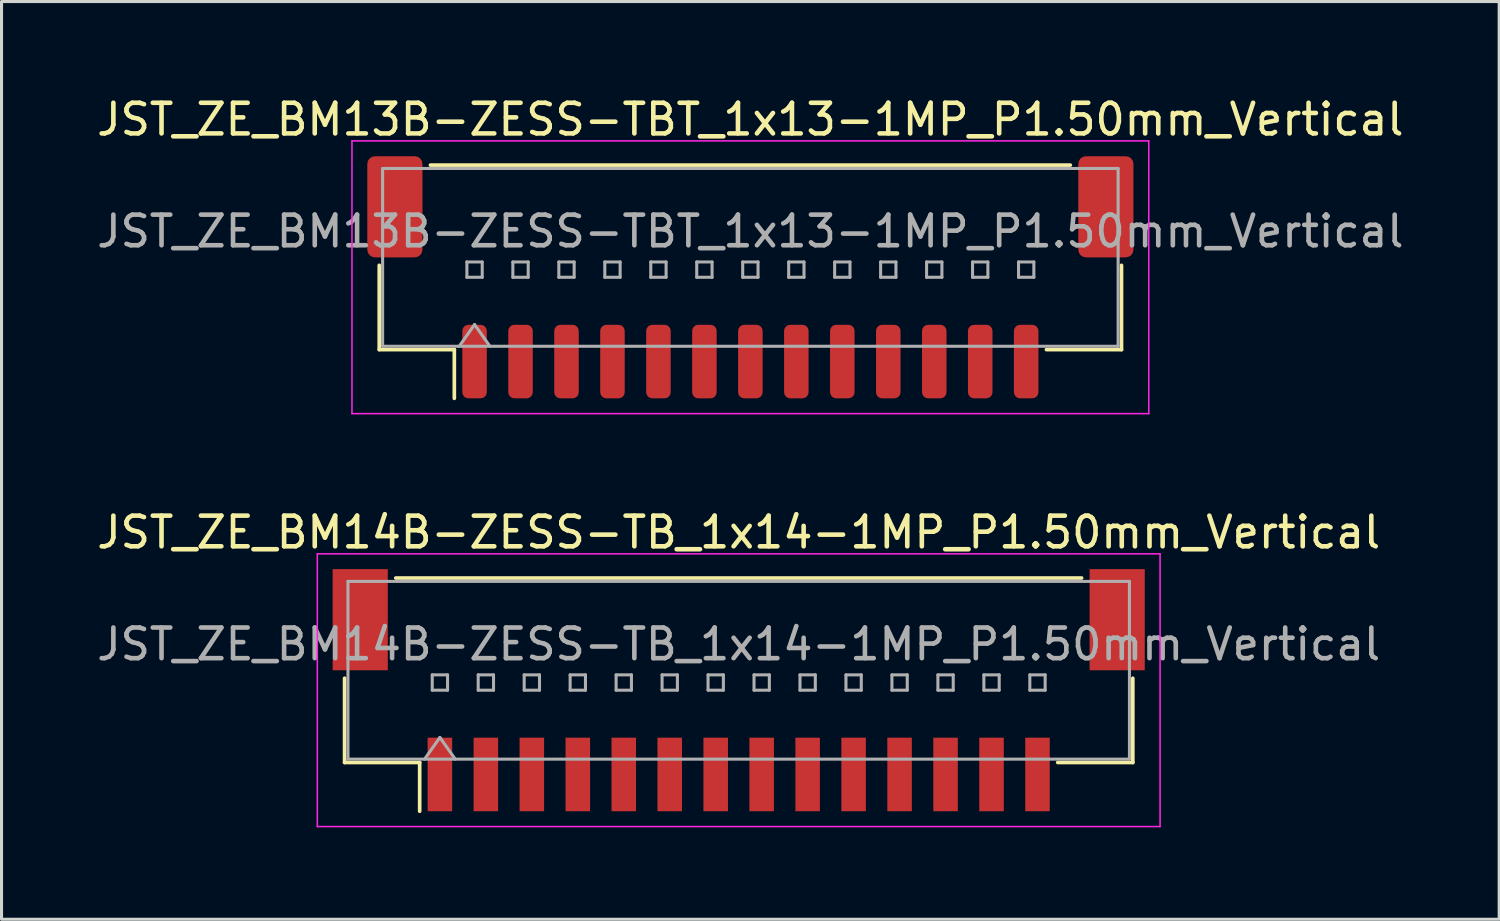
<source format=kicad_pcb>
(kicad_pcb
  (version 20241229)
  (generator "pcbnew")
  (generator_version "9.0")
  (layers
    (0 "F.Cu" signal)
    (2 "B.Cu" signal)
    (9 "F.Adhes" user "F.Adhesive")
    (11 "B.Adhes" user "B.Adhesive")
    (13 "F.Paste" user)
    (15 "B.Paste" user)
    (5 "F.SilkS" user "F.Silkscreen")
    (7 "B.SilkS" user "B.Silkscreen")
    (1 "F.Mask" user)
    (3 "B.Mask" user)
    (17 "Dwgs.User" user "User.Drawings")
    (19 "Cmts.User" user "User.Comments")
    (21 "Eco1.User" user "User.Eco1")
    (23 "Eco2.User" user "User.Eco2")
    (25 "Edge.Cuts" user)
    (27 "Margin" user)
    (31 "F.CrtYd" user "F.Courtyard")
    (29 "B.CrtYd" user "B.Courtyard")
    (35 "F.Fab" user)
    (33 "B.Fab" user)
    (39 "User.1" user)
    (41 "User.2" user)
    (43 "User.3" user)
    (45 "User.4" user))
  (footprint "JST_ZE_BM14B-ZESS-TB_1x14-1MP_P1.50mm_Vertical"
    (layer "F.Cu")
    (at 21.054 19.471)
    (property "Reference" "JST_ZE_BM14B-ZESS-TB_1x14-1MP_P1.50mm_Vertical" (at 0 -5.15 0) (layer "F.SilkS") (effects (font (size 1 1) (thickness 0.15))))
    (attr smd)
    (fp_line (start -12.86 -0.39) (end -12.86 2.36) (stroke (width 0.12) (type solid)) (layer "F.SilkS"))
    (fp_line (start -12.86 2.36) (end -10.41 2.36) (stroke (width 0.12) (type solid)) (layer "F.SilkS"))
    (fp_line (start -11.19 -3.66) (end 11.19 -3.66) (stroke (width 0.12) (type solid)) (layer "F.SilkS"))
    (fp_line (start -10.41 2.36) (end -10.41 3.95) (stroke (width 0.12) (type solid)) (layer "F.SilkS"))
    (fp_line (start 12.86 -0.39) (end 12.86 2.36) (stroke (width 0.12) (type solid)) (layer "F.SilkS"))
    (fp_line (start 12.86 2.36) (end 10.41 2.36) (stroke (width 0.12) (type solid)) (layer "F.SilkS"))
    (fp_line (start -13.75 -4.45) (end -13.75 4.45) (stroke (width 0.05) (type solid)) (layer "F.CrtYd"))
    (fp_line (start -13.75 4.45) (end 13.75 4.45) (stroke (width 0.05) (type solid)) (layer "F.CrtYd"))
    (fp_line (start 13.75 -4.45) (end -13.75 -4.45) (stroke (width 0.05) (type solid)) (layer "F.CrtYd"))
    (fp_line (start 13.75 4.45) (end 13.75 -4.45) (stroke (width 0.05) (type solid)) (layer "F.CrtYd"))
    (fp_line (start -12.75 -3.55) (end 12.75 -3.55) (stroke (width 0.1) (type solid)) (layer "F.Fab"))
    (fp_line (start -12.75 2.25) (end -12.75 -3.55) (stroke (width 0.1) (type solid)) (layer "F.Fab"))
    (fp_line (start -12.75 2.25) (end 12.75 2.25) (stroke (width 0.1) (type solid)) (layer "F.Fab"))
    (fp_line (start -10.25 2.25) (end -9.75 1.543) (stroke (width 0.1) (type solid)) (layer "F.Fab"))
    (fp_line (start -10 -0.5) (end -10 0) (stroke (width 0.1) (type solid)) (layer "F.Fab"))
    (fp_line (start -10 0) (end -9.5 0) (stroke (width 0.1) (type solid)) (layer "F.Fab"))
    (fp_line (start -9.75 1.543) (end -9.25 2.25) (stroke (width 0.1) (type solid)) (layer "F.Fab"))
    (fp_line (start -9.5 -0.5) (end -10 -0.5) (stroke (width 0.1) (type solid)) (layer "F.Fab"))
    (fp_line (start -9.5 0) (end -9.5 -0.5) (stroke (width 0.1) (type solid)) (layer "F.Fab"))
    (fp_line (start -8.5 -0.5) (end -8.5 0) (stroke (width 0.1) (type solid)) (layer "F.Fab"))
    (fp_line (start -8.5 0) (end -8 0) (stroke (width 0.1) (type solid)) (layer "F.Fab"))
    (fp_line (start -8 -0.5) (end -8.5 -0.5) (stroke (width 0.1) (type solid)) (layer "F.Fab"))
    (fp_line (start -8 0) (end -8 -0.5) (stroke (width 0.1) (type solid)) (layer "F.Fab"))
    (fp_line (start -7 -0.5) (end -7 0) (stroke (width 0.1) (type solid)) (layer "F.Fab"))
    (fp_line (start -7 0) (end -6.5 0) (stroke (width 0.1) (type solid)) (layer "F.Fab"))
    (fp_line (start -6.5 -0.5) (end -7 -0.5) (stroke (width 0.1) (type solid)) (layer "F.Fab"))
    (fp_line (start -6.5 0) (end -6.5 -0.5) (stroke (width 0.1) (type solid)) (layer "F.Fab"))
    (fp_line (start -5.5 -0.5) (end -5.5 0) (stroke (width 0.1) (type solid)) (layer "F.Fab"))
    (fp_line (start -5.5 0) (end -5 0) (stroke (width 0.1) (type solid)) (layer "F.Fab"))
    (fp_line (start -5 -0.5) (end -5.5 -0.5) (stroke (width 0.1) (type solid)) (layer "F.Fab"))
    (fp_line (start -5 0) (end -5 -0.5) (stroke (width 0.1) (type solid)) (layer "F.Fab"))
    (fp_line (start -4 -0.5) (end -4 0) (stroke (width 0.1) (type solid)) (layer "F.Fab"))
    (fp_line (start -4 0) (end -3.5 0) (stroke (width 0.1) (type solid)) (layer "F.Fab"))
    (fp_line (start -3.5 -0.5) (end -4 -0.5) (stroke (width 0.1) (type solid)) (layer "F.Fab"))
    (fp_line (start -3.5 0) (end -3.5 -0.5) (stroke (width 0.1) (type solid)) (layer "F.Fab"))
    (fp_line (start -2.5 -0.5) (end -2.5 0) (stroke (width 0.1) (type solid)) (layer "F.Fab"))
    (fp_line (start -2.5 0) (end -2 0) (stroke (width 0.1) (type solid)) (layer "F.Fab"))
    (fp_line (start -2 -0.5) (end -2.5 -0.5) (stroke (width 0.1) (type solid)) (layer "F.Fab"))
    (fp_line (start -2 0) (end -2 -0.5) (stroke (width 0.1) (type solid)) (layer "F.Fab"))
    (fp_line (start -1 -0.5) (end -1 0) (stroke (width 0.1) (type solid)) (layer "F.Fab"))
    (fp_line (start -1 0) (end -0.5 0) (stroke (width 0.1) (type solid)) (layer "F.Fab"))
    (fp_line (start -0.5 -0.5) (end -1 -0.5) (stroke (width 0.1) (type solid)) (layer "F.Fab"))
    (fp_line (start -0.5 0) (end -0.5 -0.5) (stroke (width 0.1) (type solid)) (layer "F.Fab"))
    (fp_line (start 0.5 -0.5) (end 0.5 0) (stroke (width 0.1) (type solid)) (layer "F.Fab"))
    (fp_line (start 0.5 0) (end 1 0) (stroke (width 0.1) (type solid)) (layer "F.Fab"))
    (fp_line (start 1 -0.5) (end 0.5 -0.5) (stroke (width 0.1) (type solid)) (layer "F.Fab"))
    (fp_line (start 1 0) (end 1 -0.5) (stroke (width 0.1) (type solid)) (layer "F.Fab"))
    (fp_line (start 2 -0.5) (end 2 0) (stroke (width 0.1) (type solid)) (layer "F.Fab"))
    (fp_line (start 2 0) (end 2.5 0) (stroke (width 0.1) (type solid)) (layer "F.Fab"))
    (fp_line (start 2.5 -0.5) (end 2 -0.5) (stroke (width 0.1) (type solid)) (layer "F.Fab"))
    (fp_line (start 2.5 0) (end 2.5 -0.5) (stroke (width 0.1) (type solid)) (layer "F.Fab"))
    (fp_line (start 3.5 -0.5) (end 3.5 0) (stroke (width 0.1) (type solid)) (layer "F.Fab"))
    (fp_line (start 3.5 0) (end 4 0) (stroke (width 0.1) (type solid)) (layer "F.Fab"))
    (fp_line (start 4 -0.5) (end 3.5 -0.5) (stroke (width 0.1) (type solid)) (layer "F.Fab"))
    (fp_line (start 4 0) (end 4 -0.5) (stroke (width 0.1) (type solid)) (layer "F.Fab"))
    (fp_line (start 5 -0.5) (end 5 0) (stroke (width 0.1) (type solid)) (layer "F.Fab"))
    (fp_line (start 5 0) (end 5.5 0) (stroke (width 0.1) (type solid)) (layer "F.Fab"))
    (fp_line (start 5.5 -0.5) (end 5 -0.5) (stroke (width 0.1) (type solid)) (layer "F.Fab"))
    (fp_line (start 5.5 0) (end 5.5 -0.5) (stroke (width 0.1) (type solid)) (layer "F.Fab"))
    (fp_line (start 6.5 -0.5) (end 6.5 0) (stroke (width 0.1) (type solid)) (layer "F.Fab"))
    (fp_line (start 6.5 0) (end 7 0) (stroke (width 0.1) (type solid)) (layer "F.Fab"))
    (fp_line (start 7 -0.5) (end 6.5 -0.5) (stroke (width 0.1) (type solid)) (layer "F.Fab"))
    (fp_line (start 7 0) (end 7 -0.5) (stroke (width 0.1) (type solid)) (layer "F.Fab"))
    (fp_line (start 8 -0.5) (end 8 0) (stroke (width 0.1) (type solid)) (layer "F.Fab"))
    (fp_line (start 8 0) (end 8.5 0) (stroke (width 0.1) (type solid)) (layer "F.Fab"))
    (fp_line (start 8.5 -0.5) (end 8 -0.5) (stroke (width 0.1) (type solid)) (layer "F.Fab"))
    (fp_line (start 8.5 0) (end 8.5 -0.5) (stroke (width 0.1) (type solid)) (layer "F.Fab"))
    (fp_line (start 9.5 -0.5) (end 9.5 0) (stroke (width 0.1) (type solid)) (layer "F.Fab"))
    (fp_line (start 9.5 0) (end 10 0) (stroke (width 0.1) (type solid)) (layer "F.Fab"))
    (fp_line (start 10 -0.5) (end 9.5 -0.5) (stroke (width 0.1) (type solid)) (layer "F.Fab"))
    (fp_line (start 10 0) (end 10 -0.5) (stroke (width 0.1) (type solid)) (layer "F.Fab"))
    (fp_line (start 12.75 2.25) (end 12.75 -3.55) (stroke (width 0.1) (type solid)) (layer "F.Fab"))
    (fp_text user "${REFERENCE}" (at 0 -1.5 0) (layer "F.Fab") (effects (font (size 1 1) (thickness 0.15))))
    (pad "1" smd rect (at -9.75 2.75) (size 0.8 2.4) (layers "F.Cu" "F.Mask" "F.Paste"))
    (pad "2" smd rect (at -8.25 2.75) (size 0.8 2.4) (layers "F.Cu" "F.Mask" "F.Paste"))
    (pad "3" smd rect (at -6.75 2.75) (size 0.8 2.4) (layers "F.Cu" "F.Mask" "F.Paste"))
    (pad "4" smd rect (at -5.25 2.75) (size 0.8 2.4) (layers "F.Cu" "F.Mask" "F.Paste"))
    (pad "5" smd rect (at -3.75 2.75) (size 0.8 2.4) (layers "F.Cu" "F.Mask" "F.Paste"))
    (pad "6" smd rect (at -2.25 2.75) (size 0.8 2.4) (layers "F.Cu" "F.Mask" "F.Paste"))
    (pad "7" smd rect (at -0.75 2.75) (size 0.8 2.4) (layers "F.Cu" "F.Mask" "F.Paste"))
    (pad "8" smd rect (at 0.75 2.75) (size 0.8 2.4) (layers "F.Cu" "F.Mask" "F.Paste"))
    (pad "9" smd rect (at 2.25 2.75) (size 0.8 2.4) (layers "F.Cu" "F.Mask" "F.Paste"))
    (pad "10" smd rect (at 3.75 2.75) (size 0.8 2.4) (layers "F.Cu" "F.Mask" "F.Paste"))
    (pad "11" smd rect (at 5.25 2.75) (size 0.8 2.4) (layers "F.Cu" "F.Mask" "F.Paste"))
    (pad "12" smd rect (at 6.75 2.75) (size 0.8 2.4) (layers "F.Cu" "F.Mask" "F.Paste"))
    (pad "13" smd rect (at 8.25 2.75) (size 0.8 2.4) (layers "F.Cu" "F.Mask" "F.Paste"))
    (pad "14" smd rect (at 9.75 2.75) (size 0.8 2.4) (layers "F.Cu" "F.Mask" "F.Paste"))
    (pad "MP" smd rect (at -12.35 -2.3) (size 1.8 3.3) (layers "F.Cu" "F.Mask" "F.Paste"))
    (pad "MP" smd rect (at 12.35 -2.3) (size 1.8 3.3) (layers "F.Cu" "F.Mask" "F.Paste")))
  (footprint "JST_ZE_BM13B-ZESS-TBT_1x13-1MP_P1.50mm_Vertical"
    (layer "F.Cu")
    (at 21.435 5.998)
    (property "Reference" "JST_ZE_BM13B-ZESS-TBT_1x13-1MP_P1.50mm_Vertical" (at 0 -5.15 0) (layer "F.SilkS") (effects (font (size 1 1) (thickness 0.15))))
    (attr smd)
    (fp_line (start -12.11 -0.39) (end -12.11 2.36) (stroke (width 0.12) (type solid)) (layer "F.SilkS"))
    (fp_line (start -12.11 2.36) (end -9.66 2.36) (stroke (width 0.12) (type solid)) (layer "F.SilkS"))
    (fp_line (start -10.44 -3.66) (end 10.44 -3.66) (stroke (width 0.12) (type solid)) (layer "F.SilkS"))
    (fp_line (start -9.66 2.36) (end -9.66 3.95) (stroke (width 0.12) (type solid)) (layer "F.SilkS"))
    (fp_line (start 12.11 -0.39) (end 12.11 2.36) (stroke (width 0.12) (type solid)) (layer "F.SilkS"))
    (fp_line (start 12.11 2.36) (end 9.66 2.36) (stroke (width 0.12) (type solid)) (layer "F.SilkS"))
    (fp_line (start -13 -4.45) (end -13 4.45) (stroke (width 0.05) (type solid)) (layer "F.CrtYd"))
    (fp_line (start -13 4.45) (end 13 4.45) (stroke (width 0.05) (type solid)) (layer "F.CrtYd"))
    (fp_line (start 13 -4.45) (end -13 -4.45) (stroke (width 0.05) (type solid)) (layer "F.CrtYd"))
    (fp_line (start 13 4.45) (end 13 -4.45) (stroke (width 0.05) (type solid)) (layer "F.CrtYd"))
    (fp_line (start -12 -3.55) (end 12 -3.55) (stroke (width 0.1) (type solid)) (layer "F.Fab"))
    (fp_line (start -12 2.25) (end -12 -3.55) (stroke (width 0.1) (type solid)) (layer "F.Fab"))
    (fp_line (start -12 2.25) (end 12 2.25) (stroke (width 0.1) (type solid)) (layer "F.Fab"))
    (fp_line (start -9.5 2.25) (end -9 1.543) (stroke (width 0.1) (type solid)) (layer "F.Fab"))
    (fp_line (start -9.25 -0.5) (end -9.25 0) (stroke (width 0.1) (type solid)) (layer "F.Fab"))
    (fp_line (start -9.25 0) (end -8.75 0) (stroke (width 0.1) (type solid)) (layer "F.Fab"))
    (fp_line (start -9 1.543) (end -8.5 2.25) (stroke (width 0.1) (type solid)) (layer "F.Fab"))
    (fp_line (start -8.75 -0.5) (end -9.25 -0.5) (stroke (width 0.1) (type solid)) (layer "F.Fab"))
    (fp_line (start -8.75 0) (end -8.75 -0.5) (stroke (width 0.1) (type solid)) (layer "F.Fab"))
    (fp_line (start -7.75 -0.5) (end -7.75 0) (stroke (width 0.1) (type solid)) (layer "F.Fab"))
    (fp_line (start -7.75 0) (end -7.25 0) (stroke (width 0.1) (type solid)) (layer "F.Fab"))
    (fp_line (start -7.25 -0.5) (end -7.75 -0.5) (stroke (width 0.1) (type solid)) (layer "F.Fab"))
    (fp_line (start -7.25 0) (end -7.25 -0.5) (stroke (width 0.1) (type solid)) (layer "F.Fab"))
    (fp_line (start -6.25 -0.5) (end -6.25 0) (stroke (width 0.1) (type solid)) (layer "F.Fab"))
    (fp_line (start -6.25 0) (end -5.75 0) (stroke (width 0.1) (type solid)) (layer "F.Fab"))
    (fp_line (start -5.75 -0.5) (end -6.25 -0.5) (stroke (width 0.1) (type solid)) (layer "F.Fab"))
    (fp_line (start -5.75 0) (end -5.75 -0.5) (stroke (width 0.1) (type solid)) (layer "F.Fab"))
    (fp_line (start -4.75 -0.5) (end -4.75 0) (stroke (width 0.1) (type solid)) (layer "F.Fab"))
    (fp_line (start -4.75 0) (end -4.25 0) (stroke (width 0.1) (type solid)) (layer "F.Fab"))
    (fp_line (start -4.25 -0.5) (end -4.75 -0.5) (stroke (width 0.1) (type solid)) (layer "F.Fab"))
    (fp_line (start -4.25 0) (end -4.25 -0.5) (stroke (width 0.1) (type solid)) (layer "F.Fab"))
    (fp_line (start -3.25 -0.5) (end -3.25 0) (stroke (width 0.1) (type solid)) (layer "F.Fab"))
    (fp_line (start -3.25 0) (end -2.75 0) (stroke (width 0.1) (type solid)) (layer "F.Fab"))
    (fp_line (start -2.75 -0.5) (end -3.25 -0.5) (stroke (width 0.1) (type solid)) (layer "F.Fab"))
    (fp_line (start -2.75 0) (end -2.75 -0.5) (stroke (width 0.1) (type solid)) (layer "F.Fab"))
    (fp_line (start -1.75 -0.5) (end -1.75 0) (stroke (width 0.1) (type solid)) (layer "F.Fab"))
    (fp_line (start -1.75 0) (end -1.25 0) (stroke (width 0.1) (type solid)) (layer "F.Fab"))
    (fp_line (start -1.25 -0.5) (end -1.75 -0.5) (stroke (width 0.1) (type solid)) (layer "F.Fab"))
    (fp_line (start -1.25 0) (end -1.25 -0.5) (stroke (width 0.1) (type solid)) (layer "F.Fab"))
    (fp_line (start -0.25 -0.5) (end -0.25 0) (stroke (width 0.1) (type solid)) (layer "F.Fab"))
    (fp_line (start -0.25 0) (end 0.25 0) (stroke (width 0.1) (type solid)) (layer "F.Fab"))
    (fp_line (start 0.25 -0.5) (end -0.25 -0.5) (stroke (width 0.1) (type solid)) (layer "F.Fab"))
    (fp_line (start 0.25 0) (end 0.25 -0.5) (stroke (width 0.1) (type solid)) (layer "F.Fab"))
    (fp_line (start 1.25 -0.5) (end 1.25 0) (stroke (width 0.1) (type solid)) (layer "F.Fab"))
    (fp_line (start 1.25 0) (end 1.75 0) (stroke (width 0.1) (type solid)) (layer "F.Fab"))
    (fp_line (start 1.75 -0.5) (end 1.25 -0.5) (stroke (width 0.1) (type solid)) (layer "F.Fab"))
    (fp_line (start 1.75 0) (end 1.75 -0.5) (stroke (width 0.1) (type solid)) (layer "F.Fab"))
    (fp_line (start 2.75 -0.5) (end 2.75 0) (stroke (width 0.1) (type solid)) (layer "F.Fab"))
    (fp_line (start 2.75 0) (end 3.25 0) (stroke (width 0.1) (type solid)) (layer "F.Fab"))
    (fp_line (start 3.25 -0.5) (end 2.75 -0.5) (stroke (width 0.1) (type solid)) (layer "F.Fab"))
    (fp_line (start 3.25 0) (end 3.25 -0.5) (stroke (width 0.1) (type solid)) (layer "F.Fab"))
    (fp_line (start 4.25 -0.5) (end 4.25 0) (stroke (width 0.1) (type solid)) (layer "F.Fab"))
    (fp_line (start 4.25 0) (end 4.75 0) (stroke (width 0.1) (type solid)) (layer "F.Fab"))
    (fp_line (start 4.75 -0.5) (end 4.25 -0.5) (stroke (width 0.1) (type solid)) (layer "F.Fab"))
    (fp_line (start 4.75 0) (end 4.75 -0.5) (stroke (width 0.1) (type solid)) (layer "F.Fab"))
    (fp_line (start 5.75 -0.5) (end 5.75 0) (stroke (width 0.1) (type solid)) (layer "F.Fab"))
    (fp_line (start 5.75 0) (end 6.25 0) (stroke (width 0.1) (type solid)) (layer "F.Fab"))
    (fp_line (start 6.25 -0.5) (end 5.75 -0.5) (stroke (width 0.1) (type solid)) (layer "F.Fab"))
    (fp_line (start 6.25 0) (end 6.25 -0.5) (stroke (width 0.1) (type solid)) (layer "F.Fab"))
    (fp_line (start 7.25 -0.5) (end 7.25 0) (stroke (width 0.1) (type solid)) (layer "F.Fab"))
    (fp_line (start 7.25 0) (end 7.75 0) (stroke (width 0.1) (type solid)) (layer "F.Fab"))
    (fp_line (start 7.75 -0.5) (end 7.25 -0.5) (stroke (width 0.1) (type solid)) (layer "F.Fab"))
    (fp_line (start 7.75 0) (end 7.75 -0.5) (stroke (width 0.1) (type solid)) (layer "F.Fab"))
    (fp_line (start 8.75 -0.5) (end 8.75 0) (stroke (width 0.1) (type solid)) (layer "F.Fab"))
    (fp_line (start 8.75 0) (end 9.25 0) (stroke (width 0.1) (type solid)) (layer "F.Fab"))
    (fp_line (start 9.25 -0.5) (end 8.75 -0.5) (stroke (width 0.1) (type solid)) (layer "F.Fab"))
    (fp_line (start 9.25 0) (end 9.25 -0.5) (stroke (width 0.1) (type solid)) (layer "F.Fab"))
    (fp_line (start 12 2.25) (end 12 -3.55) (stroke (width 0.1) (type solid)) (layer "F.Fab"))
    (fp_text user "${REFERENCE}" (at 0 -1.5 0) (layer "F.Fab") (effects (font (size 1 1) (thickness 0.15))))
    (pad "1" smd roundrect (at -9 2.75) (size 0.8 2.4) (layers "F.Cu" "F.Mask" "F.Paste") (roundrect_rratio 0.25))
    (pad "2" smd roundrect (at -7.5 2.75) (size 0.8 2.4) (layers "F.Cu" "F.Mask" "F.Paste") (roundrect_rratio 0.25))
    (pad "3" smd roundrect (at -6 2.75) (size 0.8 2.4) (layers "F.Cu" "F.Mask" "F.Paste") (roundrect_rratio 0.25))
    (pad "4" smd roundrect (at -4.5 2.75) (size 0.8 2.4) (layers "F.Cu" "F.Mask" "F.Paste") (roundrect_rratio 0.25))
    (pad "5" smd roundrect (at -3 2.75) (size 0.8 2.4) (layers "F.Cu" "F.Mask" "F.Paste") (roundrect_rratio 0.25))
    (pad "6" smd roundrect (at -1.5 2.75) (size 0.8 2.4) (layers "F.Cu" "F.Mask" "F.Paste") (roundrect_rratio 0.25))
    (pad "7" smd roundrect (at 0 2.75) (size 0.8 2.4) (layers "F.Cu" "F.Mask" "F.Paste") (roundrect_rratio 0.25))
    (pad "8" smd roundrect (at 1.5 2.75) (size 0.8 2.4) (layers "F.Cu" "F.Mask" "F.Paste") (roundrect_rratio 0.25))
    (pad "9" smd roundrect (at 3 2.75) (size 0.8 2.4) (layers "F.Cu" "F.Mask" "F.Paste") (roundrect_rratio 0.25))
    (pad "10" smd roundrect (at 4.5 2.75) (size 0.8 2.4) (layers "F.Cu" "F.Mask" "F.Paste") (roundrect_rratio 0.25))
    (pad "11" smd roundrect (at 6 2.75) (size 0.8 2.4) (layers "F.Cu" "F.Mask" "F.Paste") (roundrect_rratio 0.25))
    (pad "12" smd roundrect (at 7.5 2.75) (size 0.8 2.4) (layers "F.Cu" "F.Mask" "F.Paste") (roundrect_rratio 0.25))
    (pad "13" smd roundrect (at 9 2.75) (size 0.8 2.4) (layers "F.Cu" "F.Mask" "F.Paste") (roundrect_rratio 0.25))
    (pad "MP" smd roundrect (at -11.6 -2.3) (size 1.8 3.3) (layers "F.Cu" "F.Mask" "F.Paste") (roundrect_rratio 0.139))
    (pad "MP" smd roundrect (at 11.6 -2.3) (size 1.8 3.3) (layers "F.Cu" "F.Mask" "F.Paste") (roundrect_rratio 0.139)))
  (gr_rect
    (start -3 -3)
    (end 45.869 26.947)
    (stroke (width 0.1) (type default))
    (fill no)
    (layer "Edge.Cuts")))
</source>
